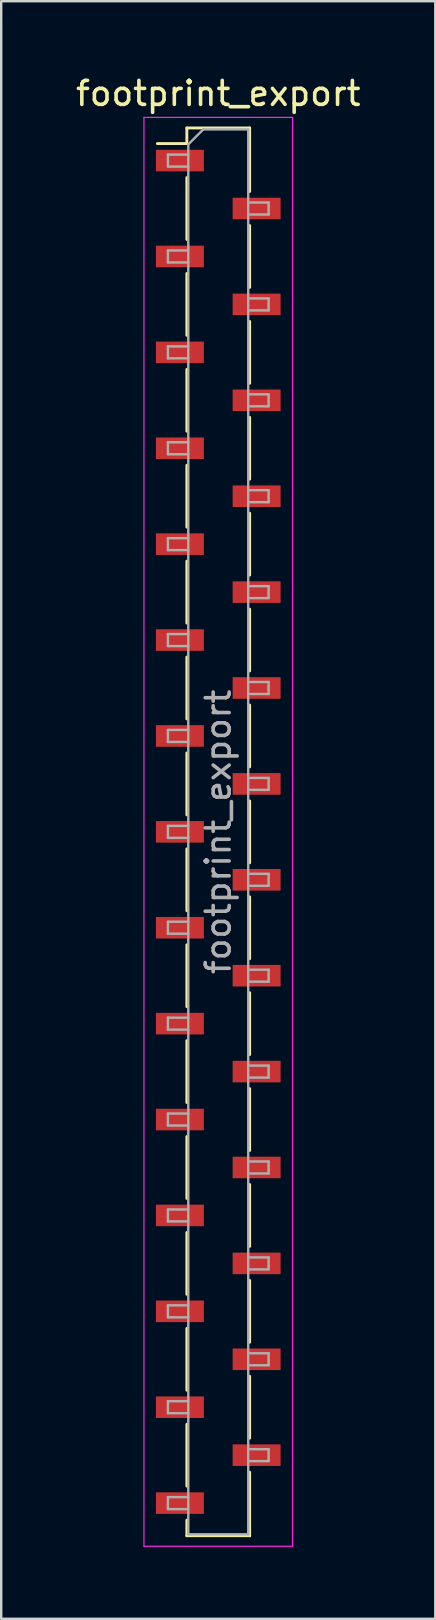
<source format=kicad_pcb>
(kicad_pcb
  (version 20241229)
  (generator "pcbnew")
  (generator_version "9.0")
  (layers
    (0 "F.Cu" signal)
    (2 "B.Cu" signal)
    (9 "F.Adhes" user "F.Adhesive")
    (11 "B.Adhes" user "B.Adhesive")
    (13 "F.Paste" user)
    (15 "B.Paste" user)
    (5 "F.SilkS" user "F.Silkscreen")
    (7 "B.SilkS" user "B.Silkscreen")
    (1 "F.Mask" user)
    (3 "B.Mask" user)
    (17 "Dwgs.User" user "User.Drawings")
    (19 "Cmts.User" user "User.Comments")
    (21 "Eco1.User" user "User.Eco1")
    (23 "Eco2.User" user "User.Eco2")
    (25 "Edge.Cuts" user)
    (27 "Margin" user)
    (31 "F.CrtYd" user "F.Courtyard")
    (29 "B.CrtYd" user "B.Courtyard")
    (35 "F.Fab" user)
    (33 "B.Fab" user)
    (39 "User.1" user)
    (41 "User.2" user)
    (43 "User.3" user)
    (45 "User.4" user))
  (footprint "footprint_export"
    (layer "F.Cu")
    (at 6.054 31.648)
    (property "Reference" "footprint_export" (at 0 -30.8 0) (layer "F.SilkS") (effects (font (size 1 1) (thickness 0.15))))
    (attr smd)
    (fp_line (start -2.54 -28.71) (end -1.31 -28.71) (stroke (width 0.12) (type solid)) (layer "F.SilkS"))
    (fp_line (start -1.31 -29.36) (end -1.31 -28.71) (stroke (width 0.12) (type solid)) (layer "F.SilkS"))
    (fp_line (start -1.31 -29.36) (end 1.31 -29.36) (stroke (width 0.12) (type solid)) (layer "F.SilkS"))
    (fp_line (start -1.31 -27.29) (end -1.31 -24.71) (stroke (width 0.12) (type solid)) (layer "F.SilkS"))
    (fp_line (start -1.31 -23.29) (end -1.31 -20.71) (stroke (width 0.12) (type solid)) (layer "F.SilkS"))
    (fp_line (start -1.31 -19.29) (end -1.31 -16.71) (stroke (width 0.12) (type solid)) (layer "F.SilkS"))
    (fp_line (start -1.31 -15.29) (end -1.31 -12.71) (stroke (width 0.12) (type solid)) (layer "F.SilkS"))
    (fp_line (start -1.31 -11.29) (end -1.31 -8.71) (stroke (width 0.12) (type solid)) (layer "F.SilkS"))
    (fp_line (start -1.31 -7.29) (end -1.31 -4.71) (stroke (width 0.12) (type solid)) (layer "F.SilkS"))
    (fp_line (start -1.31 -3.29) (end -1.31 -0.71) (stroke (width 0.12) (type solid)) (layer "F.SilkS"))
    (fp_line (start -1.31 0.71) (end -1.31 3.29) (stroke (width 0.12) (type solid)) (layer "F.SilkS"))
    (fp_line (start -1.31 4.71) (end -1.31 7.29) (stroke (width 0.12) (type solid)) (layer "F.SilkS"))
    (fp_line (start -1.31 8.71) (end -1.31 11.29) (stroke (width 0.12) (type solid)) (layer "F.SilkS"))
    (fp_line (start -1.31 12.71) (end -1.31 15.29) (stroke (width 0.12) (type solid)) (layer "F.SilkS"))
    (fp_line (start -1.31 16.71) (end -1.31 19.29) (stroke (width 0.12) (type solid)) (layer "F.SilkS"))
    (fp_line (start -1.31 20.71) (end -1.31 23.29) (stroke (width 0.12) (type solid)) (layer "F.SilkS"))
    (fp_line (start -1.31 24.71) (end -1.31 27.29) (stroke (width 0.12) (type solid)) (layer "F.SilkS"))
    (fp_line (start -1.31 28.71) (end -1.31 29.36) (stroke (width 0.12) (type solid)) (layer "F.SilkS"))
    (fp_line (start -1.31 29.36) (end 1.31 29.36) (stroke (width 0.12) (type solid)) (layer "F.SilkS"))
    (fp_line (start 1.31 -29.36) (end 1.31 -26.71) (stroke (width 0.12) (type solid)) (layer "F.SilkS"))
    (fp_line (start 1.31 -25.29) (end 1.31 -22.71) (stroke (width 0.12) (type solid)) (layer "F.SilkS"))
    (fp_line (start 1.31 -21.29) (end 1.31 -18.71) (stroke (width 0.12) (type solid)) (layer "F.SilkS"))
    (fp_line (start 1.31 -17.29) (end 1.31 -14.71) (stroke (width 0.12) (type solid)) (layer "F.SilkS"))
    (fp_line (start 1.31 -13.29) (end 1.31 -10.71) (stroke (width 0.12) (type solid)) (layer "F.SilkS"))
    (fp_line (start 1.31 -9.29) (end 1.31 -6.71) (stroke (width 0.12) (type solid)) (layer "F.SilkS"))
    (fp_line (start 1.31 -5.29) (end 1.31 -2.71) (stroke (width 0.12) (type solid)) (layer "F.SilkS"))
    (fp_line (start 1.31 -1.29) (end 1.31 1.29) (stroke (width 0.12) (type solid)) (layer "F.SilkS"))
    (fp_line (start 1.31 2.71) (end 1.31 5.29) (stroke (width 0.12) (type solid)) (layer "F.SilkS"))
    (fp_line (start 1.31 6.71) (end 1.31 9.29) (stroke (width 0.12) (type solid)) (layer "F.SilkS"))
    (fp_line (start 1.31 10.71) (end 1.31 13.29) (stroke (width 0.12) (type solid)) (layer "F.SilkS"))
    (fp_line (start 1.31 14.71) (end 1.31 17.29) (stroke (width 0.12) (type solid)) (layer "F.SilkS"))
    (fp_line (start 1.31 18.71) (end 1.31 21.29) (stroke (width 0.12) (type solid)) (layer "F.SilkS"))
    (fp_line (start 1.31 22.71) (end 1.31 25.29) (stroke (width 0.12) (type solid)) (layer "F.SilkS"))
    (fp_line (start 1.31 26.71) (end 1.31 29.36) (stroke (width 0.12) (type solid)) (layer "F.SilkS"))
    (fp_line (start -3.1 -29.8) (end 3.1 -29.8) (stroke (width 0.05) (type solid)) (layer "F.CrtYd"))
    (fp_line (start -3.1 29.8) (end -3.1 -29.8) (stroke (width 0.05) (type solid)) (layer "F.CrtYd"))
    (fp_line (start 3.1 -29.8) (end 3.1 29.8) (stroke (width 0.05) (type solid)) (layer "F.CrtYd"))
    (fp_line (start 3.1 29.8) (end -3.1 29.8) (stroke (width 0.05) (type solid)) (layer "F.CrtYd"))
    (fp_line (start -2.1 -28.25) (end -1.25 -28.25) (stroke (width 0.1) (type solid)) (layer "F.Fab"))
    (fp_line (start -2.1 -27.75) (end -2.1 -28.25) (stroke (width 0.1) (type solid)) (layer "F.Fab"))
    (fp_line (start -2.1 -24.25) (end -1.25 -24.25) (stroke (width 0.1) (type solid)) (layer "F.Fab"))
    (fp_line (start -2.1 -23.75) (end -2.1 -24.25) (stroke (width 0.1) (type solid)) (layer "F.Fab"))
    (fp_line (start -2.1 -20.25) (end -1.25 -20.25) (stroke (width 0.1) (type solid)) (layer "F.Fab"))
    (fp_line (start -2.1 -19.75) (end -2.1 -20.25) (stroke (width 0.1) (type solid)) (layer "F.Fab"))
    (fp_line (start -2.1 -16.25) (end -1.25 -16.25) (stroke (width 0.1) (type solid)) (layer "F.Fab"))
    (fp_line (start -2.1 -15.75) (end -2.1 -16.25) (stroke (width 0.1) (type solid)) (layer "F.Fab"))
    (fp_line (start -2.1 -12.25) (end -1.25 -12.25) (stroke (width 0.1) (type solid)) (layer "F.Fab"))
    (fp_line (start -2.1 -11.75) (end -2.1 -12.25) (stroke (width 0.1) (type solid)) (layer "F.Fab"))
    (fp_line (start -2.1 -8.25) (end -1.25 -8.25) (stroke (width 0.1) (type solid)) (layer "F.Fab"))
    (fp_line (start -2.1 -7.75) (end -2.1 -8.25) (stroke (width 0.1) (type solid)) (layer "F.Fab"))
    (fp_line (start -2.1 -4.25) (end -1.25 -4.25) (stroke (width 0.1) (type solid)) (layer "F.Fab"))
    (fp_line (start -2.1 -3.75) (end -2.1 -4.25) (stroke (width 0.1) (type solid)) (layer "F.Fab"))
    (fp_line (start -2.1 -0.25) (end -1.25 -0.25) (stroke (width 0.1) (type solid)) (layer "F.Fab"))
    (fp_line (start -2.1 0.25) (end -2.1 -0.25) (stroke (width 0.1) (type solid)) (layer "F.Fab"))
    (fp_line (start -2.1 3.75) (end -1.25 3.75) (stroke (width 0.1) (type solid)) (layer "F.Fab"))
    (fp_line (start -2.1 4.25) (end -2.1 3.75) (stroke (width 0.1) (type solid)) (layer "F.Fab"))
    (fp_line (start -2.1 7.75) (end -1.25 7.75) (stroke (width 0.1) (type solid)) (layer "F.Fab"))
    (fp_line (start -2.1 8.25) (end -2.1 7.75) (stroke (width 0.1) (type solid)) (layer "F.Fab"))
    (fp_line (start -2.1 11.75) (end -1.25 11.75) (stroke (width 0.1) (type solid)) (layer "F.Fab"))
    (fp_line (start -2.1 12.25) (end -2.1 11.75) (stroke (width 0.1) (type solid)) (layer "F.Fab"))
    (fp_line (start -2.1 15.75) (end -1.25 15.75) (stroke (width 0.1) (type solid)) (layer "F.Fab"))
    (fp_line (start -2.1 16.25) (end -2.1 15.75) (stroke (width 0.1) (type solid)) (layer "F.Fab"))
    (fp_line (start -2.1 19.75) (end -1.25 19.75) (stroke (width 0.1) (type solid)) (layer "F.Fab"))
    (fp_line (start -2.1 20.25) (end -2.1 19.75) (stroke (width 0.1) (type solid)) (layer "F.Fab"))
    (fp_line (start -2.1 23.75) (end -1.25 23.75) (stroke (width 0.1) (type solid)) (layer "F.Fab"))
    (fp_line (start -2.1 24.25) (end -2.1 23.75) (stroke (width 0.1) (type solid)) (layer "F.Fab"))
    (fp_line (start -2.1 27.75) (end -1.25 27.75) (stroke (width 0.1) (type solid)) (layer "F.Fab"))
    (fp_line (start -2.1 28.25) (end -2.1 27.75) (stroke (width 0.1) (type solid)) (layer "F.Fab"))
    (fp_line (start -1.25 -28.675) (end -0.625 -29.3) (stroke (width 0.1) (type solid)) (layer "F.Fab"))
    (fp_line (start -1.25 -27.75) (end -2.1 -27.75) (stroke (width 0.1) (type solid)) (layer "F.Fab"))
    (fp_line (start -1.25 -23.75) (end -2.1 -23.75) (stroke (width 0.1) (type solid)) (layer "F.Fab"))
    (fp_line (start -1.25 -19.75) (end -2.1 -19.75) (stroke (width 0.1) (type solid)) (layer "F.Fab"))
    (fp_line (start -1.25 -15.75) (end -2.1 -15.75) (stroke (width 0.1) (type solid)) (layer "F.Fab"))
    (fp_line (start -1.25 -11.75) (end -2.1 -11.75) (stroke (width 0.1) (type solid)) (layer "F.Fab"))
    (fp_line (start -1.25 -7.75) (end -2.1 -7.75) (stroke (width 0.1) (type solid)) (layer "F.Fab"))
    (fp_line (start -1.25 -3.75) (end -2.1 -3.75) (stroke (width 0.1) (type solid)) (layer "F.Fab"))
    (fp_line (start -1.25 0.25) (end -2.1 0.25) (stroke (width 0.1) (type solid)) (layer "F.Fab"))
    (fp_line (start -1.25 4.25) (end -2.1 4.25) (stroke (width 0.1) (type solid)) (layer "F.Fab"))
    (fp_line (start -1.25 8.25) (end -2.1 8.25) (stroke (width 0.1) (type solid)) (layer "F.Fab"))
    (fp_line (start -1.25 12.25) (end -2.1 12.25) (stroke (width 0.1) (type solid)) (layer "F.Fab"))
    (fp_line (start -1.25 16.25) (end -2.1 16.25) (stroke (width 0.1) (type solid)) (layer "F.Fab"))
    (fp_line (start -1.25 20.25) (end -2.1 20.25) (stroke (width 0.1) (type solid)) (layer "F.Fab"))
    (fp_line (start -1.25 24.25) (end -2.1 24.25) (stroke (width 0.1) (type solid)) (layer "F.Fab"))
    (fp_line (start -1.25 28.25) (end -2.1 28.25) (stroke (width 0.1) (type solid)) (layer "F.Fab"))
    (fp_line (start -1.25 29.3) (end -1.25 -28.675) (stroke (width 0.1) (type solid)) (layer "F.Fab"))
    (fp_line (start -0.625 -29.3) (end 1.25 -29.3) (stroke (width 0.1) (type solid)) (layer "F.Fab"))
    (fp_line (start 1.25 -29.3) (end 1.25 29.3) (stroke (width 0.1) (type solid)) (layer "F.Fab"))
    (fp_line (start 1.25 -26.25) (end 2.1 -26.25) (stroke (width 0.1) (type solid)) (layer "F.Fab"))
    (fp_line (start 1.25 -22.25) (end 2.1 -22.25) (stroke (width 0.1) (type solid)) (layer "F.Fab"))
    (fp_line (start 1.25 -18.25) (end 2.1 -18.25) (stroke (width 0.1) (type solid)) (layer "F.Fab"))
    (fp_line (start 1.25 -14.25) (end 2.1 -14.25) (stroke (width 0.1) (type solid)) (layer "F.Fab"))
    (fp_line (start 1.25 -10.25) (end 2.1 -10.25) (stroke (width 0.1) (type solid)) (layer "F.Fab"))
    (fp_line (start 1.25 -6.25) (end 2.1 -6.25) (stroke (width 0.1) (type solid)) (layer "F.Fab"))
    (fp_line (start 1.25 -2.25) (end 2.1 -2.25) (stroke (width 0.1) (type solid)) (layer "F.Fab"))
    (fp_line (start 1.25 1.75) (end 2.1 1.75) (stroke (width 0.1) (type solid)) (layer "F.Fab"))
    (fp_line (start 1.25 5.75) (end 2.1 5.75) (stroke (width 0.1) (type solid)) (layer "F.Fab"))
    (fp_line (start 1.25 9.75) (end 2.1 9.75) (stroke (width 0.1) (type solid)) (layer "F.Fab"))
    (fp_line (start 1.25 13.75) (end 2.1 13.75) (stroke (width 0.1) (type solid)) (layer "F.Fab"))
    (fp_line (start 1.25 17.75) (end 2.1 17.75) (stroke (width 0.1) (type solid)) (layer "F.Fab"))
    (fp_line (start 1.25 21.75) (end 2.1 21.75) (stroke (width 0.1) (type solid)) (layer "F.Fab"))
    (fp_line (start 1.25 25.75) (end 2.1 25.75) (stroke (width 0.1) (type solid)) (layer "F.Fab"))
    (fp_line (start 1.25 29.3) (end -1.25 29.3) (stroke (width 0.1) (type solid)) (layer "F.Fab"))
    (fp_line (start 2.1 -26.25) (end 2.1 -25.75) (stroke (width 0.1) (type solid)) (layer "F.Fab"))
    (fp_line (start 2.1 -25.75) (end 1.25 -25.75) (stroke (width 0.1) (type solid)) (layer "F.Fab"))
    (fp_line (start 2.1 -22.25) (end 2.1 -21.75) (stroke (width 0.1) (type solid)) (layer "F.Fab"))
    (fp_line (start 2.1 -21.75) (end 1.25 -21.75) (stroke (width 0.1) (type solid)) (layer "F.Fab"))
    (fp_line (start 2.1 -18.25) (end 2.1 -17.75) (stroke (width 0.1) (type solid)) (layer "F.Fab"))
    (fp_line (start 2.1 -17.75) (end 1.25 -17.75) (stroke (width 0.1) (type solid)) (layer "F.Fab"))
    (fp_line (start 2.1 -14.25) (end 2.1 -13.75) (stroke (width 0.1) (type solid)) (layer "F.Fab"))
    (fp_line (start 2.1 -13.75) (end 1.25 -13.75) (stroke (width 0.1) (type solid)) (layer "F.Fab"))
    (fp_line (start 2.1 -10.25) (end 2.1 -9.75) (stroke (width 0.1) (type solid)) (layer "F.Fab"))
    (fp_line (start 2.1 -9.75) (end 1.25 -9.75) (stroke (width 0.1) (type solid)) (layer "F.Fab"))
    (fp_line (start 2.1 -6.25) (end 2.1 -5.75) (stroke (width 0.1) (type solid)) (layer "F.Fab"))
    (fp_line (start 2.1 -5.75) (end 1.25 -5.75) (stroke (width 0.1) (type solid)) (layer "F.Fab"))
    (fp_line (start 2.1 -2.25) (end 2.1 -1.75) (stroke (width 0.1) (type solid)) (layer "F.Fab"))
    (fp_line (start 2.1 -1.75) (end 1.25 -1.75) (stroke (width 0.1) (type solid)) (layer "F.Fab"))
    (fp_line (start 2.1 1.75) (end 2.1 2.25) (stroke (width 0.1) (type solid)) (layer "F.Fab"))
    (fp_line (start 2.1 2.25) (end 1.25 2.25) (stroke (width 0.1) (type solid)) (layer "F.Fab"))
    (fp_line (start 2.1 5.75) (end 2.1 6.25) (stroke (width 0.1) (type solid)) (layer "F.Fab"))
    (fp_line (start 2.1 6.25) (end 1.25 6.25) (stroke (width 0.1) (type solid)) (layer "F.Fab"))
    (fp_line (start 2.1 9.75) (end 2.1 10.25) (stroke (width 0.1) (type solid)) (layer "F.Fab"))
    (fp_line (start 2.1 10.25) (end 1.25 10.25) (stroke (width 0.1) (type solid)) (layer "F.Fab"))
    (fp_line (start 2.1 13.75) (end 2.1 14.25) (stroke (width 0.1) (type solid)) (layer "F.Fab"))
    (fp_line (start 2.1 14.25) (end 1.25 14.25) (stroke (width 0.1) (type solid)) (layer "F.Fab"))
    (fp_line (start 2.1 17.75) (end 2.1 18.25) (stroke (width 0.1) (type solid)) (layer "F.Fab"))
    (fp_line (start 2.1 18.25) (end 1.25 18.25) (stroke (width 0.1) (type solid)) (layer "F.Fab"))
    (fp_line (start 2.1 21.75) (end 2.1 22.25) (stroke (width 0.1) (type solid)) (layer "F.Fab"))
    (fp_line (start 2.1 22.25) (end 1.25 22.25) (stroke (width 0.1) (type solid)) (layer "F.Fab"))
    (fp_line (start 2.1 25.75) (end 2.1 26.25) (stroke (width 0.1) (type solid)) (layer "F.Fab"))
    (fp_line (start 2.1 26.25) (end 1.25 26.25) (stroke (width 0.1) (type solid)) (layer "F.Fab"))
    (fp_text user "${REFERENCE}" (at 0 0 90) (layer "F.Fab") (effects (font (size 1 1) (thickness 0.15))))
    (pad "1" smd rect (at -1.6 -28) (size 2 0.9) (layers "F.Cu" "F.Mask" "F.Paste"))
    (pad "2" smd rect (at 1.6 -26) (size 2 0.9) (layers "F.Cu" "F.Mask" "F.Paste"))
    (pad "3" smd rect (at -1.6 -24) (size 2 0.9) (layers "F.Cu" "F.Mask" "F.Paste"))
    (pad "4" smd rect (at 1.6 -22) (size 2 0.9) (layers "F.Cu" "F.Mask" "F.Paste"))
    (pad "5" smd rect (at -1.6 -20) (size 2 0.9) (layers "F.Cu" "F.Mask" "F.Paste"))
    (pad "6" smd rect (at 1.6 -18) (size 2 0.9) (layers "F.Cu" "F.Mask" "F.Paste"))
    (pad "7" smd rect (at -1.6 -16) (size 2 0.9) (layers "F.Cu" "F.Mask" "F.Paste"))
    (pad "8" smd rect (at 1.6 -14) (size 2 0.9) (layers "F.Cu" "F.Mask" "F.Paste"))
    (pad "9" smd rect (at -1.6 -12) (size 2 0.9) (layers "F.Cu" "F.Mask" "F.Paste"))
    (pad "10" smd rect (at 1.6 -10) (size 2 0.9) (layers "F.Cu" "F.Mask" "F.Paste"))
    (pad "11" smd rect (at -1.6 -8) (size 2 0.9) (layers "F.Cu" "F.Mask" "F.Paste"))
    (pad "12" smd rect (at 1.6 -6) (size 2 0.9) (layers "F.Cu" "F.Mask" "F.Paste"))
    (pad "13" smd rect (at -1.6 -4) (size 2 0.9) (layers "F.Cu" "F.Mask" "F.Paste"))
    (pad "14" smd rect (at 1.6 -2) (size 2 0.9) (layers "F.Cu" "F.Mask" "F.Paste"))
    (pad "15" smd rect (at -1.6 0) (size 2 0.9) (layers "F.Cu" "F.Mask" "F.Paste"))
    (pad "16" smd rect (at 1.6 2) (size 2 0.9) (layers "F.Cu" "F.Mask" "F.Paste"))
    (pad "17" smd rect (at -1.6 4) (size 2 0.9) (layers "F.Cu" "F.Mask" "F.Paste"))
    (pad "18" smd rect (at 1.6 6) (size 2 0.9) (layers "F.Cu" "F.Mask" "F.Paste"))
    (pad "19" smd rect (at -1.6 8) (size 2 0.9) (layers "F.Cu" "F.Mask" "F.Paste"))
    (pad "20" smd rect (at 1.6 10) (size 2 0.9) (layers "F.Cu" "F.Mask" "F.Paste"))
    (pad "21" smd rect (at -1.6 12) (size 2 0.9) (layers "F.Cu" "F.Mask" "F.Paste"))
    (pad "22" smd rect (at 1.6 14) (size 2 0.9) (layers "F.Cu" "F.Mask" "F.Paste"))
    (pad "23" smd rect (at -1.6 16) (size 2 0.9) (layers "F.Cu" "F.Mask" "F.Paste"))
    (pad "24" smd rect (at 1.6 18) (size 2 0.9) (layers "F.Cu" "F.Mask" "F.Paste"))
    (pad "25" smd rect (at -1.6 20) (size 2 0.9) (layers "F.Cu" "F.Mask" "F.Paste"))
    (pad "26" smd rect (at 1.6 22) (size 2 0.9) (layers "F.Cu" "F.Mask" "F.Paste"))
    (pad "27" smd rect (at -1.6 24) (size 2 0.9) (layers "F.Cu" "F.Mask" "F.Paste"))
    (pad "28" smd rect (at 1.6 26) (size 2 0.9) (layers "F.Cu" "F.Mask" "F.Paste"))
    (pad "29" smd rect (at -1.6 28) (size 2 0.9) (layers "F.Cu" "F.Mask" "F.Paste")))
  (gr_rect
    (start -3 -3)
    (end 15.107 64.473)
    (stroke (width 0.1) (type default))
    (fill no)
    (layer "Edge.Cuts")))
</source>
